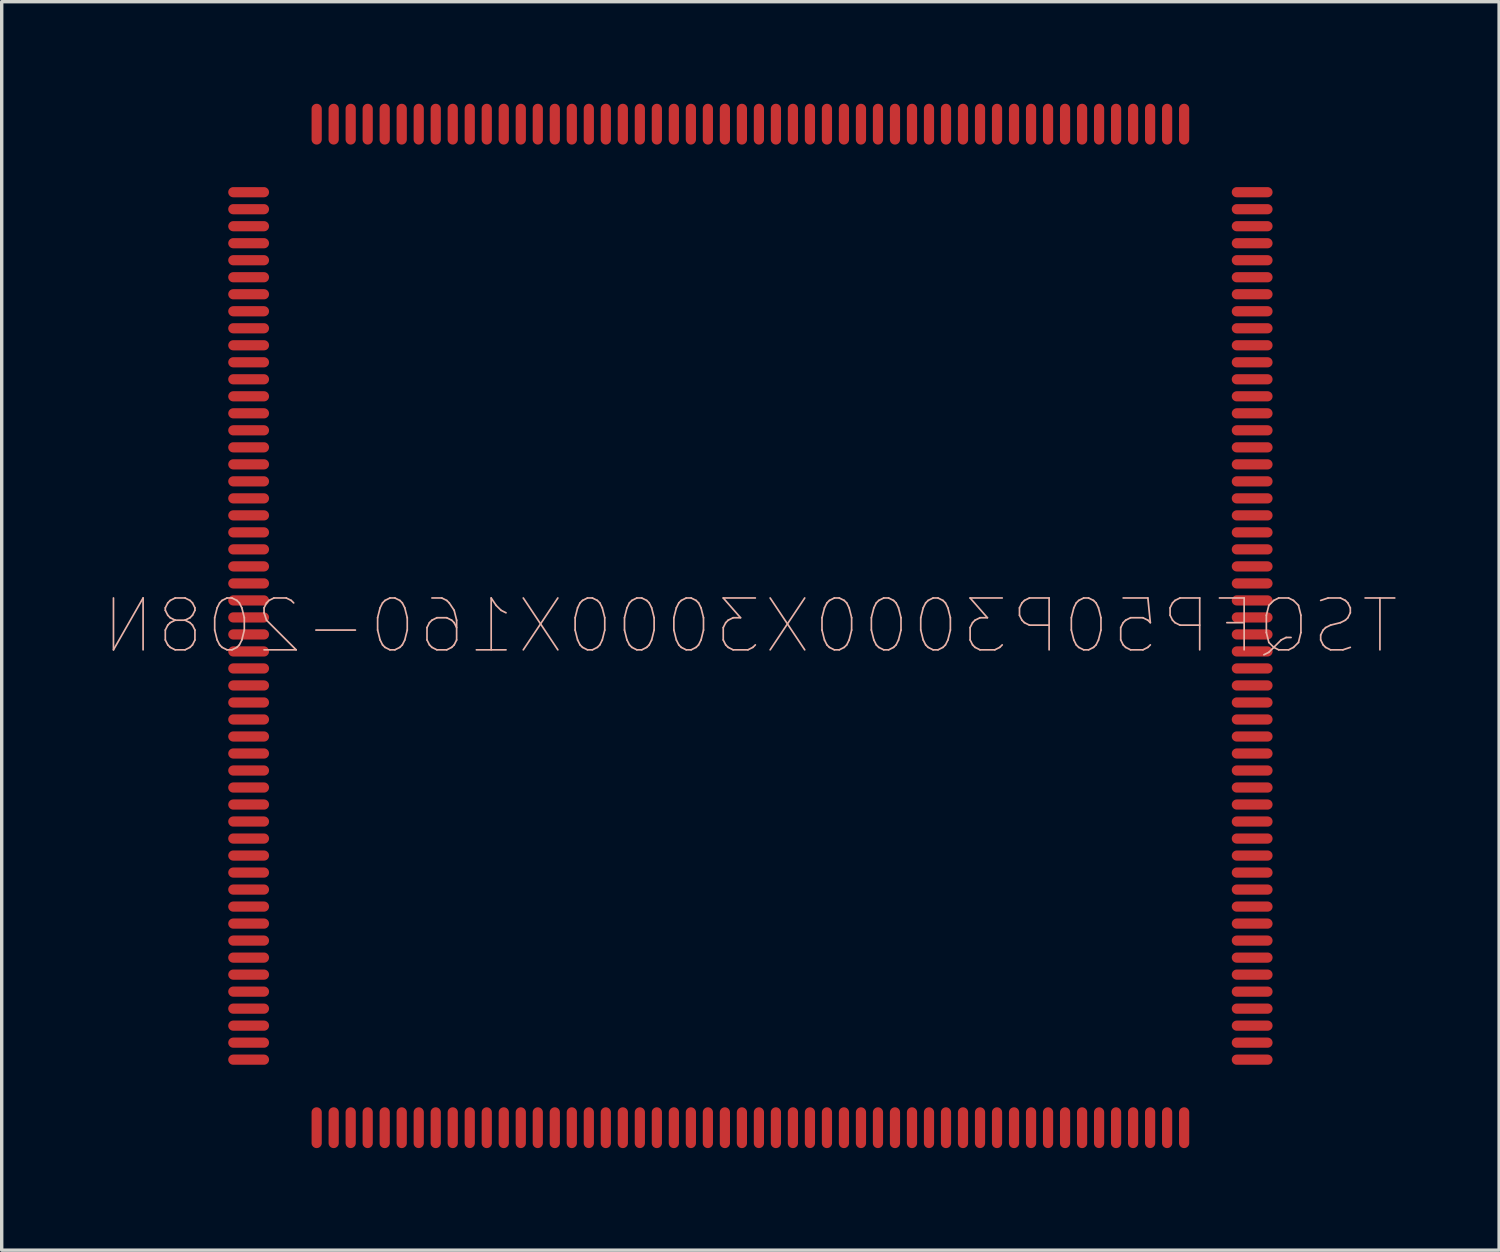
<source format=kicad_pcb>
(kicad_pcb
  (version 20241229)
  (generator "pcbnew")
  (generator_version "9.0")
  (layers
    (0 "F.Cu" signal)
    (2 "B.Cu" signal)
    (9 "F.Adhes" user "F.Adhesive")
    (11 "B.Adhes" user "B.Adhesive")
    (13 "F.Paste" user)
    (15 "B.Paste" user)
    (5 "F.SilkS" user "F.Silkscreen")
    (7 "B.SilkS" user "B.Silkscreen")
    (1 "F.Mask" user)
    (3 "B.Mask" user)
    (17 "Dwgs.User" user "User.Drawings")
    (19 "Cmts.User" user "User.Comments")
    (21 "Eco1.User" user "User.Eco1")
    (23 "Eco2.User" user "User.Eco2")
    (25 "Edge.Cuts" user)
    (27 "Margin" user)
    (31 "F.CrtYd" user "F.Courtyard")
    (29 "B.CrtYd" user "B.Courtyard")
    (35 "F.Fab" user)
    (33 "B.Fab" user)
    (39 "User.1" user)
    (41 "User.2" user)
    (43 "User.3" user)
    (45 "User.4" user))
  (footprint "TSQFP50P3000X3000X160-208N"
    (layer "F.Cu")
    (at 19.009 15.35)
    (property "Reference" "TSQFP50P3000X3000X160-208N" (at 0 0 0) (layer "B.SilkS") (effects (font (size 1.524 1.524) (thickness 0.05)) (justify mirror)))
    (attr smd)
    (pad "1" smd oval (at -14.75 -12.75 90) (size 0.3 1.2) (layers "F.Cu" "F.Mask" "F.Paste"))
    (pad "2" smd oval (at -14.75 -12.25 90) (size 0.3 1.2) (layers "F.Cu" "F.Mask" "F.Paste"))
    (pad "3" smd oval (at -14.75 -11.75 90) (size 0.3 1.2) (layers "F.Cu" "F.Mask" "F.Paste"))
    (pad "4" smd oval (at -14.75 -11.25 90) (size 0.3 1.2) (layers "F.Cu" "F.Mask" "F.Paste"))
    (pad "5" smd oval (at -14.75 -10.75 90) (size 0.3 1.2) (layers "F.Cu" "F.Mask" "F.Paste"))
    (pad "6" smd oval (at -14.75 -10.25 90) (size 0.3 1.2) (layers "F.Cu" "F.Mask" "F.Paste"))
    (pad "7" smd oval (at -14.75 -9.75 90) (size 0.3 1.2) (layers "F.Cu" "F.Mask" "F.Paste"))
    (pad "8" smd oval (at -14.75 -9.25 90) (size 0.3 1.2) (layers "F.Cu" "F.Mask" "F.Paste"))
    (pad "9" smd oval (at -14.75 -8.75 90) (size 0.3 1.2) (layers "F.Cu" "F.Mask" "F.Paste"))
    (pad "10" smd oval (at -14.75 -8.25 90) (size 0.3 1.2) (layers "F.Cu" "F.Mask" "F.Paste"))
    (pad "11" smd oval (at -14.75 -7.75 90) (size 0.3 1.2) (layers "F.Cu" "F.Mask" "F.Paste"))
    (pad "12" smd oval (at -14.75 -7.25 90) (size 0.3 1.2) (layers "F.Cu" "F.Mask" "F.Paste"))
    (pad "13" smd oval (at -14.75 -6.75 90) (size 0.3 1.2) (layers "F.Cu" "F.Mask" "F.Paste"))
    (pad "14" smd oval (at -14.75 -6.25 90) (size 0.3 1.2) (layers "F.Cu" "F.Mask" "F.Paste"))
    (pad "15" smd oval (at -14.75 -5.75 90) (size 0.3 1.2) (layers "F.Cu" "F.Mask" "F.Paste"))
    (pad "16" smd oval (at -14.75 -5.25 90) (size 0.3 1.2) (layers "F.Cu" "F.Mask" "F.Paste"))
    (pad "17" smd oval (at -14.75 -4.75 90) (size 0.3 1.2) (layers "F.Cu" "F.Mask" "F.Paste"))
    (pad "18" smd oval (at -14.75 -4.25 90) (size 0.3 1.2) (layers "F.Cu" "F.Mask" "F.Paste"))
    (pad "19" smd oval (at -14.75 -3.75 90) (size 0.3 1.2) (layers "F.Cu" "F.Mask" "F.Paste"))
    (pad "20" smd oval (at -14.75 -3.25 90) (size 0.3 1.2) (layers "F.Cu" "F.Mask" "F.Paste"))
    (pad "21" smd oval (at -14.75 -2.75 90) (size 0.3 1.2) (layers "F.Cu" "F.Mask" "F.Paste"))
    (pad "22" smd oval (at -14.75 -2.25 90) (size 0.3 1.2) (layers "F.Cu" "F.Mask" "F.Paste"))
    (pad "23" smd oval (at -14.75 -1.75 90) (size 0.3 1.2) (layers "F.Cu" "F.Mask" "F.Paste"))
    (pad "24" smd oval (at -14.75 -1.25 90) (size 0.3 1.2) (layers "F.Cu" "F.Mask" "F.Paste"))
    (pad "25" smd oval (at -14.75 -0.75 90) (size 0.3 1.2) (layers "F.Cu" "F.Mask" "F.Paste"))
    (pad "26" smd oval (at -14.75 -0.25 90) (size 0.3 1.2) (layers "F.Cu" "F.Mask" "F.Paste"))
    (pad "27" smd oval (at -14.75 0.25 90) (size 0.3 1.2) (layers "F.Cu" "F.Mask" "F.Paste"))
    (pad "28" smd oval (at -14.75 0.75 90) (size 0.3 1.2) (layers "F.Cu" "F.Mask" "F.Paste"))
    (pad "29" smd oval (at -14.75 1.25 90) (size 0.3 1.2) (layers "F.Cu" "F.Mask" "F.Paste"))
    (pad "30" smd oval (at -14.75 1.75 90) (size 0.3 1.2) (layers "F.Cu" "F.Mask" "F.Paste"))
    (pad "31" smd oval (at -14.75 2.25 90) (size 0.3 1.2) (layers "F.Cu" "F.Mask" "F.Paste"))
    (pad "32" smd oval (at -14.75 2.75 90) (size 0.3 1.2) (layers "F.Cu" "F.Mask" "F.Paste"))
    (pad "33" smd oval (at -14.75 3.25 90) (size 0.3 1.2) (layers "F.Cu" "F.Mask" "F.Paste"))
    (pad "34" smd oval (at -14.75 3.75 90) (size 0.3 1.2) (layers "F.Cu" "F.Mask" "F.Paste"))
    (pad "35" smd oval (at -14.75 4.25 90) (size 0.3 1.2) (layers "F.Cu" "F.Mask" "F.Paste"))
    (pad "36" smd oval (at -14.75 4.75 90) (size 0.3 1.2) (layers "F.Cu" "F.Mask" "F.Paste"))
    (pad "37" smd oval (at -14.75 5.25 90) (size 0.3 1.2) (layers "F.Cu" "F.Mask" "F.Paste"))
    (pad "38" smd oval (at -14.75 5.75 90) (size 0.3 1.2) (layers "F.Cu" "F.Mask" "F.Paste"))
    (pad "39" smd oval (at -14.75 6.25 90) (size 0.3 1.2) (layers "F.Cu" "F.Mask" "F.Paste"))
    (pad "40" smd oval (at -14.75 6.75 90) (size 0.3 1.2) (layers "F.Cu" "F.Mask" "F.Paste"))
    (pad "41" smd oval (at -14.75 7.25 90) (size 0.3 1.2) (layers "F.Cu" "F.Mask" "F.Paste"))
    (pad "42" smd oval (at -14.75 7.75 90) (size 0.3 1.2) (layers "F.Cu" "F.Mask" "F.Paste"))
    (pad "43" smd oval (at -14.75 8.25 90) (size 0.3 1.2) (layers "F.Cu" "F.Mask" "F.Paste"))
    (pad "44" smd oval (at -14.75 8.75 90) (size 0.3 1.2) (layers "F.Cu" "F.Mask" "F.Paste"))
    (pad "45" smd oval (at -14.75 9.25 90) (size 0.3 1.2) (layers "F.Cu" "F.Mask" "F.Paste"))
    (pad "46" smd oval (at -14.75 9.75 90) (size 0.3 1.2) (layers "F.Cu" "F.Mask" "F.Paste"))
    (pad "47" smd oval (at -14.75 10.25 90) (size 0.3 1.2) (layers "F.Cu" "F.Mask" "F.Paste"))
    (pad "48" smd oval (at -14.75 10.75 90) (size 0.3 1.2) (layers "F.Cu" "F.Mask" "F.Paste"))
    (pad "49" smd oval (at -14.75 11.25 90) (size 0.3 1.2) (layers "F.Cu" "F.Mask" "F.Paste"))
    (pad "50" smd oval (at -14.75 11.75 90) (size 0.3 1.2) (layers "F.Cu" "F.Mask" "F.Paste"))
    (pad "51" smd oval (at -14.75 12.25 90) (size 0.3 1.2) (layers "F.Cu" "F.Mask" "F.Paste"))
    (pad "52" smd oval (at -14.75 12.75 90) (size 0.3 1.2) (layers "F.Cu" "F.Mask" "F.Paste"))
    (pad "53" smd oval (at -12.75 14.75) (size 0.3 1.2) (layers "F.Cu" "F.Mask" "F.Paste"))
    (pad "54" smd oval (at -12.25 14.75) (size 0.3 1.2) (layers "F.Cu" "F.Mask" "F.Paste"))
    (pad "55" smd oval (at -11.75 14.75) (size 0.3 1.2) (layers "F.Cu" "F.Mask" "F.Paste"))
    (pad "56" smd oval (at -11.25 14.75) (size 0.3 1.2) (layers "F.Cu" "F.Mask" "F.Paste"))
    (pad "57" smd oval (at -10.75 14.75) (size 0.3 1.2) (layers "F.Cu" "F.Mask" "F.Paste"))
    (pad "58" smd oval (at -10.25 14.75) (size 0.3 1.2) (layers "F.Cu" "F.Mask" "F.Paste"))
    (pad "59" smd oval (at -9.75 14.75) (size 0.3 1.2) (layers "F.Cu" "F.Mask" "F.Paste"))
    (pad "60" smd oval (at -9.25 14.75) (size 0.3 1.2) (layers "F.Cu" "F.Mask" "F.Paste"))
    (pad "61" smd oval (at -8.75 14.75) (size 0.3 1.2) (layers "F.Cu" "F.Mask" "F.Paste"))
    (pad "62" smd oval (at -8.25 14.75) (size 0.3 1.2) (layers "F.Cu" "F.Mask" "F.Paste"))
    (pad "63" smd oval (at -7.75 14.75) (size 0.3 1.2) (layers "F.Cu" "F.Mask" "F.Paste"))
    (pad "64" smd oval (at -7.25 14.75) (size 0.3 1.2) (layers "F.Cu" "F.Mask" "F.Paste"))
    (pad "65" smd oval (at -6.75 14.75) (size 0.3 1.2) (layers "F.Cu" "F.Mask" "F.Paste"))
    (pad "66" smd oval (at -6.25 14.75) (size 0.3 1.2) (layers "F.Cu" "F.Mask" "F.Paste"))
    (pad "67" smd oval (at -5.75 14.75) (size 0.3 1.2) (layers "F.Cu" "F.Mask" "F.Paste"))
    (pad "68" smd oval (at -5.25 14.75) (size 0.3 1.2) (layers "F.Cu" "F.Mask" "F.Paste"))
    (pad "69" smd oval (at -4.75 14.75) (size 0.3 1.2) (layers "F.Cu" "F.Mask" "F.Paste"))
    (pad "70" smd oval (at -4.25 14.75) (size 0.3 1.2) (layers "F.Cu" "F.Mask" "F.Paste"))
    (pad "71" smd oval (at -3.75 14.75) (size 0.3 1.2) (layers "F.Cu" "F.Mask" "F.Paste"))
    (pad "72" smd oval (at -3.25 14.75) (size 0.3 1.2) (layers "F.Cu" "F.Mask" "F.Paste"))
    (pad "73" smd oval (at -2.75 14.75) (size 0.3 1.2) (layers "F.Cu" "F.Mask" "F.Paste"))
    (pad "74" smd oval (at -2.25 14.75) (size 0.3 1.2) (layers "F.Cu" "F.Mask" "F.Paste"))
    (pad "75" smd oval (at -1.75 14.75) (size 0.3 1.2) (layers "F.Cu" "F.Mask" "F.Paste"))
    (pad "76" smd oval (at -1.25 14.75) (size 0.3 1.2) (layers "F.Cu" "F.Mask" "F.Paste"))
    (pad "77" smd oval (at -0.75 14.75) (size 0.3 1.2) (layers "F.Cu" "F.Mask" "F.Paste"))
    (pad "78" smd oval (at -0.25 14.75) (size 0.3 1.2) (layers "F.Cu" "F.Mask" "F.Paste"))
    (pad "79" smd oval (at 0.25 14.75) (size 0.3 1.2) (layers "F.Cu" "F.Mask" "F.Paste"))
    (pad "80" smd oval (at 0.75 14.75) (size 0.3 1.2) (layers "F.Cu" "F.Mask" "F.Paste"))
    (pad "81" smd oval (at 1.25 14.75) (size 0.3 1.2) (layers "F.Cu" "F.Mask" "F.Paste"))
    (pad "82" smd oval (at 1.75 14.75) (size 0.3 1.2) (layers "F.Cu" "F.Mask" "F.Paste"))
    (pad "83" smd oval (at 2.25 14.75) (size 0.3 1.2) (layers "F.Cu" "F.Mask" "F.Paste"))
    (pad "84" smd oval (at 2.75 14.75) (size 0.3 1.2) (layers "F.Cu" "F.Mask" "F.Paste"))
    (pad "85" smd oval (at 3.25 14.75) (size 0.3 1.2) (layers "F.Cu" "F.Mask" "F.Paste"))
    (pad "86" smd oval (at 3.75 14.75) (size 0.3 1.2) (layers "F.Cu" "F.Mask" "F.Paste"))
    (pad "87" smd oval (at 4.25 14.75) (size 0.3 1.2) (layers "F.Cu" "F.Mask" "F.Paste"))
    (pad "88" smd oval (at 4.75 14.75) (size 0.3 1.2) (layers "F.Cu" "F.Mask" "F.Paste"))
    (pad "89" smd oval (at 5.25 14.75) (size 0.3 1.2) (layers "F.Cu" "F.Mask" "F.Paste"))
    (pad "90" smd oval (at 5.75 14.75) (size 0.3 1.2) (layers "F.Cu" "F.Mask" "F.Paste"))
    (pad "91" smd oval (at 6.25 14.75) (size 0.3 1.2) (layers "F.Cu" "F.Mask" "F.Paste"))
    (pad "92" smd oval (at 6.75 14.75) (size 0.3 1.2) (layers "F.Cu" "F.Mask" "F.Paste"))
    (pad "93" smd oval (at 7.25 14.75) (size 0.3 1.2) (layers "F.Cu" "F.Mask" "F.Paste"))
    (pad "94" smd oval (at 7.75 14.75) (size 0.3 1.2) (layers "F.Cu" "F.Mask" "F.Paste"))
    (pad "95" smd oval (at 8.25 14.75) (size 0.3 1.2) (layers "F.Cu" "F.Mask" "F.Paste"))
    (pad "96" smd oval (at 8.75 14.75) (size 0.3 1.2) (layers "F.Cu" "F.Mask" "F.Paste"))
    (pad "97" smd oval (at 9.25 14.75) (size 0.3 1.2) (layers "F.Cu" "F.Mask" "F.Paste"))
    (pad "98" smd oval (at 9.75 14.75) (size 0.3 1.2) (layers "F.Cu" "F.Mask" "F.Paste"))
    (pad "99" smd oval (at 10.25 14.75) (size 0.3 1.2) (layers "F.Cu" "F.Mask" "F.Paste"))
    (pad "100" smd oval (at 10.75 14.75) (size 0.3 1.2) (layers "F.Cu" "F.Mask" "F.Paste"))
    (pad "101" smd oval (at 11.25 14.75) (size 0.3 1.2) (layers "F.Cu" "F.Mask" "F.Paste"))
    (pad "102" smd oval (at 11.75 14.75) (size 0.3 1.2) (layers "F.Cu" "F.Mask" "F.Paste"))
    (pad "103" smd oval (at 12.25 14.75) (size 0.3 1.2) (layers "F.Cu" "F.Mask" "F.Paste"))
    (pad "104" smd oval (at 12.75 14.75) (size 0.3 1.2) (layers "F.Cu" "F.Mask" "F.Paste"))
    (pad "105" smd oval (at 14.75 12.75 90) (size 0.3 1.2) (layers "F.Cu" "F.Mask" "F.Paste"))
    (pad "106" smd oval (at 14.75 12.25 90) (size 0.3 1.2) (layers "F.Cu" "F.Mask" "F.Paste"))
    (pad "107" smd oval (at 14.75 11.75 90) (size 0.3 1.2) (layers "F.Cu" "F.Mask" "F.Paste"))
    (pad "108" smd oval (at 14.75 11.25 90) (size 0.3 1.2) (layers "F.Cu" "F.Mask" "F.Paste"))
    (pad "109" smd oval (at 14.75 10.75 90) (size 0.3 1.2) (layers "F.Cu" "F.Mask" "F.Paste"))
    (pad "110" smd oval (at 14.75 10.25 90) (size 0.3 1.2) (layers "F.Cu" "F.Mask" "F.Paste"))
    (pad "111" smd oval (at 14.75 9.75 90) (size 0.3 1.2) (layers "F.Cu" "F.Mask" "F.Paste"))
    (pad "112" smd oval (at 14.75 9.25 90) (size 0.3 1.2) (layers "F.Cu" "F.Mask" "F.Paste"))
    (pad "113" smd oval (at 14.75 8.75 90) (size 0.3 1.2) (layers "F.Cu" "F.Mask" "F.Paste"))
    (pad "114" smd oval (at 14.75 8.25 90) (size 0.3 1.2) (layers "F.Cu" "F.Mask" "F.Paste"))
    (pad "115" smd oval (at 14.75 7.75 90) (size 0.3 1.2) (layers "F.Cu" "F.Mask" "F.Paste"))
    (pad "116" smd oval (at 14.75 7.25 90) (size 0.3 1.2) (layers "F.Cu" "F.Mask" "F.Paste"))
    (pad "117" smd oval (at 14.75 6.75 90) (size 0.3 1.2) (layers "F.Cu" "F.Mask" "F.Paste"))
    (pad "118" smd oval (at 14.75 6.25 90) (size 0.3 1.2) (layers "F.Cu" "F.Mask" "F.Paste"))
    (pad "119" smd oval (at 14.75 5.75 90) (size 0.3 1.2) (layers "F.Cu" "F.Mask" "F.Paste"))
    (pad "120" smd oval (at 14.75 5.25 90) (size 0.3 1.2) (layers "F.Cu" "F.Mask" "F.Paste"))
    (pad "121" smd oval (at 14.75 4.75 90) (size 0.3 1.2) (layers "F.Cu" "F.Mask" "F.Paste"))
    (pad "122" smd oval (at 14.75 4.25 90) (size 0.3 1.2) (layers "F.Cu" "F.Mask" "F.Paste"))
    (pad "123" smd oval (at 14.75 3.75 90) (size 0.3 1.2) (layers "F.Cu" "F.Mask" "F.Paste"))
    (pad "124" smd oval (at 14.75 3.25 90) (size 0.3 1.2) (layers "F.Cu" "F.Mask" "F.Paste"))
    (pad "125" smd oval (at 14.75 2.75 90) (size 0.3 1.2) (layers "F.Cu" "F.Mask" "F.Paste"))
    (pad "126" smd oval (at 14.75 2.25 90) (size 0.3 1.2) (layers "F.Cu" "F.Mask" "F.Paste"))
    (pad "127" smd oval (at 14.75 1.75 90) (size 0.3 1.2) (layers "F.Cu" "F.Mask" "F.Paste"))
    (pad "128" smd oval (at 14.75 1.25 90) (size 0.3 1.2) (layers "F.Cu" "F.Mask" "F.Paste"))
    (pad "129" smd oval (at 14.75 0.75 90) (size 0.3 1.2) (layers "F.Cu" "F.Mask" "F.Paste"))
    (pad "130" smd oval (at 14.75 0.25 90) (size 0.3 1.2) (layers "F.Cu" "F.Mask" "F.Paste"))
    (pad "131" smd oval (at 14.75 -0.25 90) (size 0.3 1.2) (layers "F.Cu" "F.Mask" "F.Paste"))
    (pad "132" smd oval (at 14.75 -0.75 90) (size 0.3 1.2) (layers "F.Cu" "F.Mask" "F.Paste"))
    (pad "133" smd oval (at 14.75 -1.25 90) (size 0.3 1.2) (layers "F.Cu" "F.Mask" "F.Paste"))
    (pad "134" smd oval (at 14.75 -1.75 90) (size 0.3 1.2) (layers "F.Cu" "F.Mask" "F.Paste"))
    (pad "135" smd oval (at 14.75 -2.25 90) (size 0.3 1.2) (layers "F.Cu" "F.Mask" "F.Paste"))
    (pad "136" smd oval (at 14.75 -2.75 90) (size 0.3 1.2) (layers "F.Cu" "F.Mask" "F.Paste"))
    (pad "137" smd oval (at 14.75 -3.25 90) (size 0.3 1.2) (layers "F.Cu" "F.Mask" "F.Paste"))
    (pad "138" smd oval (at 14.75 -3.75 90) (size 0.3 1.2) (layers "F.Cu" "F.Mask" "F.Paste"))
    (pad "139" smd oval (at 14.75 -4.25 90) (size 0.3 1.2) (layers "F.Cu" "F.Mask" "F.Paste"))
    (pad "140" smd oval (at 14.75 -4.75 90) (size 0.3 1.2) (layers "F.Cu" "F.Mask" "F.Paste"))
    (pad "141" smd oval (at 14.75 -5.25 90) (size 0.3 1.2) (layers "F.Cu" "F.Mask" "F.Paste"))
    (pad "142" smd oval (at 14.75 -5.75 90) (size 0.3 1.2) (layers "F.Cu" "F.Mask" "F.Paste"))
    (pad "143" smd oval (at 14.75 -6.25 90) (size 0.3 1.2) (layers "F.Cu" "F.Mask" "F.Paste"))
    (pad "144" smd oval (at 14.75 -6.75 90) (size 0.3 1.2) (layers "F.Cu" "F.Mask" "F.Paste"))
    (pad "145" smd oval (at 14.75 -7.25 90) (size 0.3 1.2) (layers "F.Cu" "F.Mask" "F.Paste"))
    (pad "146" smd oval (at 14.75 -7.75 90) (size 0.3 1.2) (layers "F.Cu" "F.Mask" "F.Paste"))
    (pad "147" smd oval (at 14.75 -8.25 90) (size 0.3 1.2) (layers "F.Cu" "F.Mask" "F.Paste"))
    (pad "148" smd oval (at 14.75 -8.75 90) (size 0.3 1.2) (layers "F.Cu" "F.Mask" "F.Paste"))
    (pad "149" smd oval (at 14.75 -9.25 90) (size 0.3 1.2) (layers "F.Cu" "F.Mask" "F.Paste"))
    (pad "150" smd oval (at 14.75 -9.75 90) (size 0.3 1.2) (layers "F.Cu" "F.Mask" "F.Paste"))
    (pad "151" smd oval (at 14.75 -10.25 90) (size 0.3 1.2) (layers "F.Cu" "F.Mask" "F.Paste"))
    (pad "152" smd oval (at 14.75 -10.75 90) (size 0.3 1.2) (layers "F.Cu" "F.Mask" "F.Paste"))
    (pad "153" smd oval (at 14.75 -11.25 90) (size 0.3 1.2) (layers "F.Cu" "F.Mask" "F.Paste"))
    (pad "154" smd oval (at 14.75 -11.75 90) (size 0.3 1.2) (layers "F.Cu" "F.Mask" "F.Paste"))
    (pad "155" smd oval (at 14.75 -12.25 90) (size 0.3 1.2) (layers "F.Cu" "F.Mask" "F.Paste"))
    (pad "156" smd oval (at 14.75 -12.75 90) (size 0.3 1.2) (layers "F.Cu" "F.Mask" "F.Paste"))
    (pad "157" smd oval (at 12.75 -14.75) (size 0.3 1.2) (layers "F.Cu" "F.Mask" "F.Paste"))
    (pad "158" smd oval (at 12.25 -14.75) (size 0.3 1.2) (layers "F.Cu" "F.Mask" "F.Paste"))
    (pad "159" smd oval (at 11.75 -14.75) (size 0.3 1.2) (layers "F.Cu" "F.Mask" "F.Paste"))
    (pad "160" smd oval (at 11.25 -14.75) (size 0.3 1.2) (layers "F.Cu" "F.Mask" "F.Paste"))
    (pad "161" smd oval (at 10.75 -14.75) (size 0.3 1.2) (layers "F.Cu" "F.Mask" "F.Paste"))
    (pad "162" smd oval (at 10.25 -14.75) (size 0.3 1.2) (layers "F.Cu" "F.Mask" "F.Paste"))
    (pad "163" smd oval (at 9.75 -14.75) (size 0.3 1.2) (layers "F.Cu" "F.Mask" "F.Paste"))
    (pad "164" smd oval (at 9.25 -14.75) (size 0.3 1.2) (layers "F.Cu" "F.Mask" "F.Paste"))
    (pad "165" smd oval (at 8.75 -14.75) (size 0.3 1.2) (layers "F.Cu" "F.Mask" "F.Paste"))
    (pad "166" smd oval (at 8.25 -14.75) (size 0.3 1.2) (layers "F.Cu" "F.Mask" "F.Paste"))
    (pad "167" smd oval (at 7.75 -14.75) (size 0.3 1.2) (layers "F.Cu" "F.Mask" "F.Paste"))
    (pad "168" smd oval (at 7.25 -14.75) (size 0.3 1.2) (layers "F.Cu" "F.Mask" "F.Paste"))
    (pad "169" smd oval (at 6.75 -14.75) (size 0.3 1.2) (layers "F.Cu" "F.Mask" "F.Paste"))
    (pad "170" smd oval (at 6.25 -14.75) (size 0.3 1.2) (layers "F.Cu" "F.Mask" "F.Paste"))
    (pad "171" smd oval (at 5.75 -14.75) (size 0.3 1.2) (layers "F.Cu" "F.Mask" "F.Paste"))
    (pad "172" smd oval (at 5.25 -14.75) (size 0.3 1.2) (layers "F.Cu" "F.Mask" "F.Paste"))
    (pad "173" smd oval (at 4.75 -14.75) (size 0.3 1.2) (layers "F.Cu" "F.Mask" "F.Paste"))
    (pad "174" smd oval (at 4.25 -14.75) (size 0.3 1.2) (layers "F.Cu" "F.Mask" "F.Paste"))
    (pad "175" smd oval (at 3.75 -14.75) (size 0.3 1.2) (layers "F.Cu" "F.Mask" "F.Paste"))
    (pad "176" smd oval (at 3.25 -14.75) (size 0.3 1.2) (layers "F.Cu" "F.Mask" "F.Paste"))
    (pad "177" smd oval (at 2.75 -14.75) (size 0.3 1.2) (layers "F.Cu" "F.Mask" "F.Paste"))
    (pad "178" smd oval (at 2.25 -14.75) (size 0.3 1.2) (layers "F.Cu" "F.Mask" "F.Paste"))
    (pad "179" smd oval (at 1.75 -14.75) (size 0.3 1.2) (layers "F.Cu" "F.Mask" "F.Paste"))
    (pad "180" smd oval (at 1.25 -14.75) (size 0.3 1.2) (layers "F.Cu" "F.Mask" "F.Paste"))
    (pad "181" smd oval (at 0.75 -14.75) (size 0.3 1.2) (layers "F.Cu" "F.Mask" "F.Paste"))
    (pad "182" smd oval (at 0.25 -14.75) (size 0.3 1.2) (layers "F.Cu" "F.Mask" "F.Paste"))
    (pad "183" smd oval (at -0.25 -14.75) (size 0.3 1.2) (layers "F.Cu" "F.Mask" "F.Paste"))
    (pad "184" smd oval (at -0.75 -14.75) (size 0.3 1.2) (layers "F.Cu" "F.Mask" "F.Paste"))
    (pad "185" smd oval (at -1.25 -14.75) (size 0.3 1.2) (layers "F.Cu" "F.Mask" "F.Paste"))
    (pad "186" smd oval (at -1.75 -14.75) (size 0.3 1.2) (layers "F.Cu" "F.Mask" "F.Paste"))
    (pad "187" smd oval (at -2.25 -14.75) (size 0.3 1.2) (layers "F.Cu" "F.Mask" "F.Paste"))
    (pad "188" smd oval (at -2.75 -14.75) (size 0.3 1.2) (layers "F.Cu" "F.Mask" "F.Paste"))
    (pad "189" smd oval (at -3.25 -14.75) (size 0.3 1.2) (layers "F.Cu" "F.Mask" "F.Paste"))
    (pad "190" smd oval (at -3.75 -14.75) (size 0.3 1.2) (layers "F.Cu" "F.Mask" "F.Paste"))
    (pad "191" smd oval (at -4.25 -14.75) (size 0.3 1.2) (layers "F.Cu" "F.Mask" "F.Paste"))
    (pad "192" smd oval (at -4.75 -14.75) (size 0.3 1.2) (layers "F.Cu" "F.Mask" "F.Paste"))
    (pad "193" smd oval (at -5.25 -14.75) (size 0.3 1.2) (layers "F.Cu" "F.Mask" "F.Paste"))
    (pad "194" smd oval (at -5.75 -14.75) (size 0.3 1.2) (layers "F.Cu" "F.Mask" "F.Paste"))
    (pad "195" smd oval (at -6.25 -14.75) (size 0.3 1.2) (layers "F.Cu" "F.Mask" "F.Paste"))
    (pad "196" smd oval (at -6.75 -14.75) (size 0.3 1.2) (layers "F.Cu" "F.Mask" "F.Paste"))
    (pad "197" smd oval (at -7.25 -14.75) (size 0.3 1.2) (layers "F.Cu" "F.Mask" "F.Paste"))
    (pad "198" smd oval (at -7.75 -14.75) (size 0.3 1.2) (layers "F.Cu" "F.Mask" "F.Paste"))
    (pad "199" smd oval (at -8.25 -14.75) (size 0.3 1.2) (layers "F.Cu" "F.Mask" "F.Paste"))
    (pad "200" smd oval (at -8.75 -14.75) (size 0.3 1.2) (layers "F.Cu" "F.Mask" "F.Paste"))
    (pad "201" smd oval (at -9.25 -14.75) (size 0.3 1.2) (layers "F.Cu" "F.Mask" "F.Paste"))
    (pad "202" smd oval (at -9.75 -14.75) (size 0.3 1.2) (layers "F.Cu" "F.Mask" "F.Paste"))
    (pad "203" smd oval (at -10.25 -14.75) (size 0.3 1.2) (layers "F.Cu" "F.Mask" "F.Paste"))
    (pad "204" smd oval (at -10.75 -14.75) (size 0.3 1.2) (layers "F.Cu" "F.Mask" "F.Paste"))
    (pad "205" smd oval (at -11.25 -14.75) (size 0.3 1.2) (layers "F.Cu" "F.Mask" "F.Paste"))
    (pad "206" smd oval (at -11.75 -14.75) (size 0.3 1.2) (layers "F.Cu" "F.Mask" "F.Paste"))
    (pad "207" smd oval (at -12.25 -14.75) (size 0.3 1.2) (layers "F.Cu" "F.Mask" "F.Paste"))
    (pad "208" smd oval (at -12.75 -14.75) (size 0.3 1.2) (layers "F.Cu" "F.Mask" "F.Paste")))
  (gr_rect
    (start -3 -3)
    (end 41.018 33.7)
    (stroke (width 0.1) (type default))
    (fill no)
    (layer "Edge.Cuts")))
</source>
